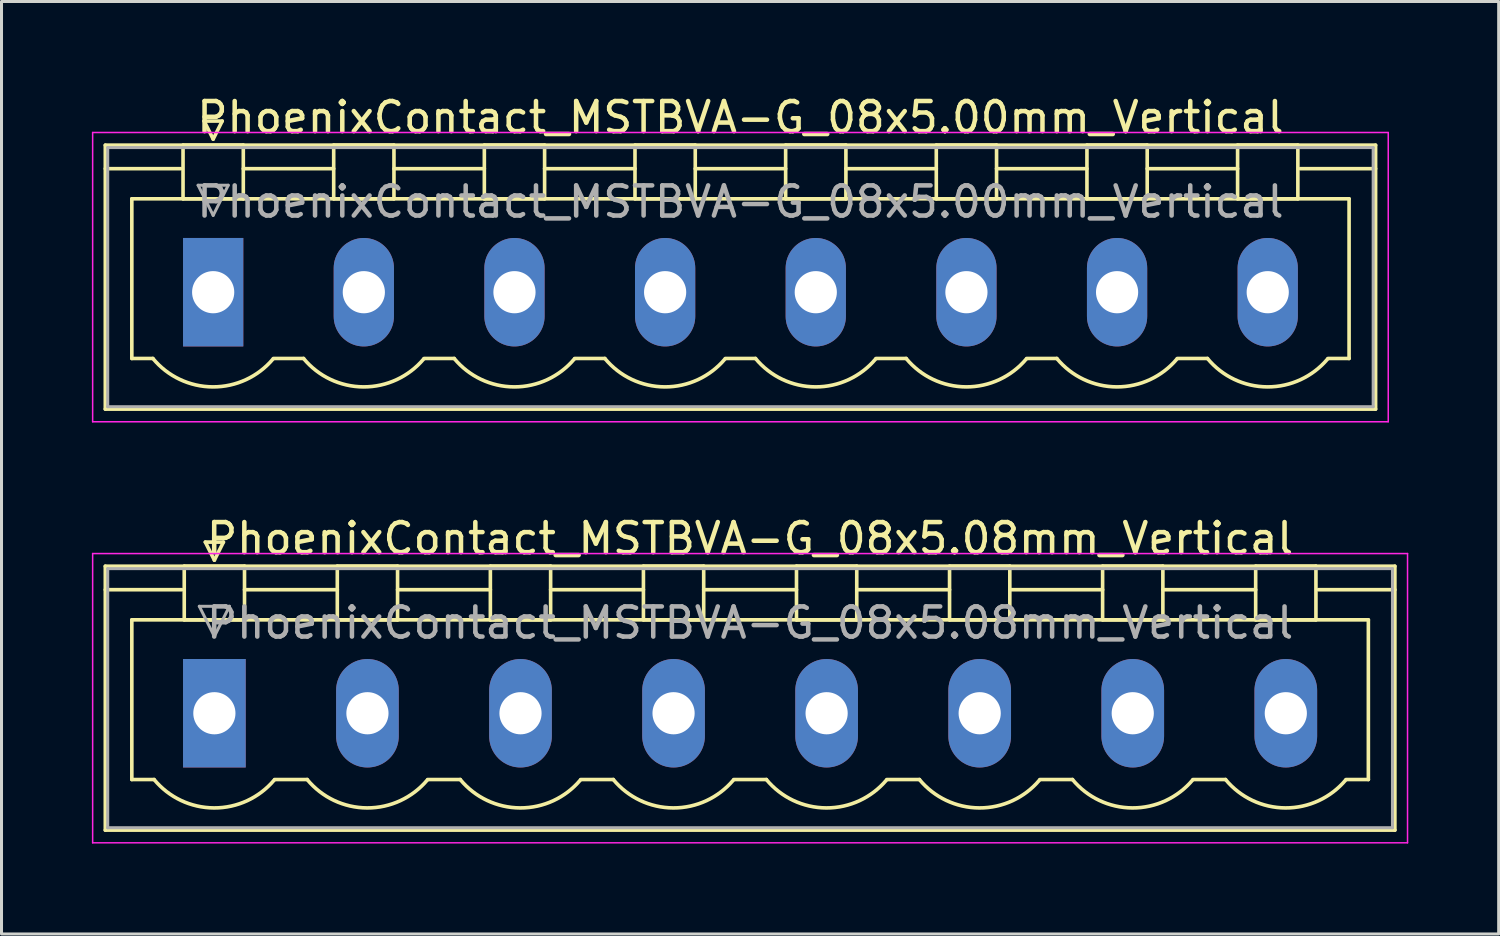
<source format=kicad_pcb>
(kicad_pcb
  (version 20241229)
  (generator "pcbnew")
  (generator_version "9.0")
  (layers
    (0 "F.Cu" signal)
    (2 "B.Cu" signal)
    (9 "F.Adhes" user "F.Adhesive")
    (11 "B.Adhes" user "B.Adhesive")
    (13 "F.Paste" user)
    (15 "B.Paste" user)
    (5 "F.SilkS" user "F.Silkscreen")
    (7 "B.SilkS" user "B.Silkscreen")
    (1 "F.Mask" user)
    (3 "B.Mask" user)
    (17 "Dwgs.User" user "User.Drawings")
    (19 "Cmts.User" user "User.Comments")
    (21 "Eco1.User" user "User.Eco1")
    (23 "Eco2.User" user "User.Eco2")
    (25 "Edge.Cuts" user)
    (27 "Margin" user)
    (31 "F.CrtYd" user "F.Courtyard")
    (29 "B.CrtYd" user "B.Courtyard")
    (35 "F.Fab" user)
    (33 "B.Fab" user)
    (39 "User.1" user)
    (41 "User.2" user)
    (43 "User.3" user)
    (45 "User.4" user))
  (footprint "PhoenixContact_MSTBVA-G_08x5.00mm_Vertical"
    (layer "F.Cu")
    (at 4.025 6.648)
    (property "Reference" "PhoenixContact_MSTBVA-G_08x5.00mm_Vertical" (at 17.5 -5.8 0) (layer "F.SilkS") (effects (font (size 1 1) (thickness 0.15))))
    (attr through_hole)
    (fp_line (start -3.58 -4.88) (end -3.58 3.88) (stroke (width 0.12) (type solid)) (layer "F.SilkS"))
    (fp_line (start -3.58 -4.1) (end -1.08 -4.1) (stroke (width 0.12) (type solid)) (layer "F.SilkS"))
    (fp_line (start -3.58 3.88) (end 38.58 3.88) (stroke (width 0.12) (type solid)) (layer "F.SilkS"))
    (fp_line (start -2.7 -3.1) (end 37.7 -3.1) (stroke (width 0.12) (type solid)) (layer "F.SilkS"))
    (fp_line (start -2.7 2.2) (end -2.7 -3.1) (stroke (width 0.12) (type solid)) (layer "F.SilkS"))
    (fp_line (start -2 2.2) (end -2.7 2.2) (stroke (width 0.12) (type solid)) (layer "F.SilkS"))
    (fp_line (start -1 -4.88) (end 1 -4.88) (stroke (width 0.12) (type solid)) (layer "F.SilkS"))
    (fp_line (start -1 -3.1) (end -1 -4.88) (stroke (width 0.12) (type solid)) (layer "F.SilkS"))
    (fp_line (start -0.3 -5.68) (end 0.3 -5.68) (stroke (width 0.12) (type solid)) (layer "F.SilkS"))
    (fp_line (start 0 -5.08) (end -0.3 -5.68) (stroke (width 0.12) (type solid)) (layer "F.SilkS"))
    (fp_line (start 0.3 -5.68) (end 0 -5.08) (stroke (width 0.12) (type solid)) (layer "F.SilkS"))
    (fp_line (start 1 -4.88) (end 1 -3.1) (stroke (width 0.12) (type solid)) (layer "F.SilkS"))
    (fp_line (start 1 -4.1) (end 4 -4.1) (stroke (width 0.12) (type solid)) (layer "F.SilkS"))
    (fp_line (start 1 -3.1) (end -1 -3.1) (stroke (width 0.12) (type solid)) (layer "F.SilkS"))
    (fp_line (start 2 2.2) (end 3 2.2) (stroke (width 0.12) (type solid)) (layer "F.SilkS"))
    (fp_line (start 4 -4.88) (end 6 -4.88) (stroke (width 0.12) (type solid)) (layer "F.SilkS"))
    (fp_line (start 4 -3.1) (end 4 -4.88) (stroke (width 0.12) (type solid)) (layer "F.SilkS"))
    (fp_line (start 6 -4.88) (end 6 -3.1) (stroke (width 0.12) (type solid)) (layer "F.SilkS"))
    (fp_line (start 6 -4.1) (end 9 -4.1) (stroke (width 0.12) (type solid)) (layer "F.SilkS"))
    (fp_line (start 6 -3.1) (end 4 -3.1) (stroke (width 0.12) (type solid)) (layer "F.SilkS"))
    (fp_line (start 7 2.2) (end 8 2.2) (stroke (width 0.12) (type solid)) (layer "F.SilkS"))
    (fp_line (start 9 -4.88) (end 11 -4.88) (stroke (width 0.12) (type solid)) (layer "F.SilkS"))
    (fp_line (start 9 -3.1) (end 9 -4.88) (stroke (width 0.12) (type solid)) (layer "F.SilkS"))
    (fp_line (start 11 -4.88) (end 11 -3.1) (stroke (width 0.12) (type solid)) (layer "F.SilkS"))
    (fp_line (start 11 -4.1) (end 14 -4.1) (stroke (width 0.12) (type solid)) (layer "F.SilkS"))
    (fp_line (start 11 -3.1) (end 9 -3.1) (stroke (width 0.12) (type solid)) (layer "F.SilkS"))
    (fp_line (start 12 2.2) (end 13 2.2) (stroke (width 0.12) (type solid)) (layer "F.SilkS"))
    (fp_line (start 14 -4.88) (end 16 -4.88) (stroke (width 0.12) (type solid)) (layer "F.SilkS"))
    (fp_line (start 14 -3.1) (end 14 -4.88) (stroke (width 0.12) (type solid)) (layer "F.SilkS"))
    (fp_line (start 16 -4.88) (end 16 -3.1) (stroke (width 0.12) (type solid)) (layer "F.SilkS"))
    (fp_line (start 16 -4.1) (end 19 -4.1) (stroke (width 0.12) (type solid)) (layer "F.SilkS"))
    (fp_line (start 16 -3.1) (end 14 -3.1) (stroke (width 0.12) (type solid)) (layer "F.SilkS"))
    (fp_line (start 17 2.2) (end 18 2.2) (stroke (width 0.12) (type solid)) (layer "F.SilkS"))
    (fp_line (start 19 -4.88) (end 21 -4.88) (stroke (width 0.12) (type solid)) (layer "F.SilkS"))
    (fp_line (start 19 -3.1) (end 19 -4.88) (stroke (width 0.12) (type solid)) (layer "F.SilkS"))
    (fp_line (start 21 -4.88) (end 21 -3.1) (stroke (width 0.12) (type solid)) (layer "F.SilkS"))
    (fp_line (start 21 -4.1) (end 24 -4.1) (stroke (width 0.12) (type solid)) (layer "F.SilkS"))
    (fp_line (start 21 -3.1) (end 19 -3.1) (stroke (width 0.12) (type solid)) (layer "F.SilkS"))
    (fp_line (start 22 2.2) (end 23 2.2) (stroke (width 0.12) (type solid)) (layer "F.SilkS"))
    (fp_line (start 24 -4.88) (end 26 -4.88) (stroke (width 0.12) (type solid)) (layer "F.SilkS"))
    (fp_line (start 24 -3.1) (end 24 -4.88) (stroke (width 0.12) (type solid)) (layer "F.SilkS"))
    (fp_line (start 26 -4.88) (end 26 -3.1) (stroke (width 0.12) (type solid)) (layer "F.SilkS"))
    (fp_line (start 26 -4.1) (end 29 -4.1) (stroke (width 0.12) (type solid)) (layer "F.SilkS"))
    (fp_line (start 26 -3.1) (end 24 -3.1) (stroke (width 0.12) (type solid)) (layer "F.SilkS"))
    (fp_line (start 27 2.2) (end 28 2.2) (stroke (width 0.12) (type solid)) (layer "F.SilkS"))
    (fp_line (start 29 -4.88) (end 31 -4.88) (stroke (width 0.12) (type solid)) (layer "F.SilkS"))
    (fp_line (start 29 -3.1) (end 29 -4.88) (stroke (width 0.12) (type solid)) (layer "F.SilkS"))
    (fp_line (start 31 -4.88) (end 31 -3.1) (stroke (width 0.12) (type solid)) (layer "F.SilkS"))
    (fp_line (start 31 -4.1) (end 34 -4.1) (stroke (width 0.12) (type solid)) (layer "F.SilkS"))
    (fp_line (start 31 -3.1) (end 29 -3.1) (stroke (width 0.12) (type solid)) (layer "F.SilkS"))
    (fp_line (start 32 2.2) (end 33 2.2) (stroke (width 0.12) (type solid)) (layer "F.SilkS"))
    (fp_line (start 34 -4.88) (end 36 -4.88) (stroke (width 0.12) (type solid)) (layer "F.SilkS"))
    (fp_line (start 34 -3.1) (end 34 -4.88) (stroke (width 0.12) (type solid)) (layer "F.SilkS"))
    (fp_line (start 36 -4.88) (end 36 -3.1) (stroke (width 0.12) (type solid)) (layer "F.SilkS"))
    (fp_line (start 36 -3.1) (end 34 -3.1) (stroke (width 0.12) (type solid)) (layer "F.SilkS"))
    (fp_line (start 37.7 -3.1) (end 37.7 2.2) (stroke (width 0.12) (type solid)) (layer "F.SilkS"))
    (fp_line (start 37.7 2.2) (end 37 2.2) (stroke (width 0.12) (type solid)) (layer "F.SilkS"))
    (fp_line (start 38.58 -4.88) (end -3.58 -4.88) (stroke (width 0.12) (type solid)) (layer "F.SilkS"))
    (fp_line (start 38.58 -4.1) (end 36.08 -4.1) (stroke (width 0.12) (type solid)) (layer "F.SilkS"))
    (fp_line (start 38.58 3.88) (end 38.58 -4.88) (stroke (width 0.12) (type solid)) (layer "F.SilkS"))
    (fp_arc (start 1.986842 2.215821) (mid -0.010289 3.142758) (end -2 2.2) (stroke (width 0.12) (type solid)) (layer "F.SilkS"))
    (fp_arc (start 6.986842 2.215821) (mid 4.989711 3.142758) (end 3 2.2) (stroke (width 0.12) (type solid)) (layer "F.SilkS"))
    (fp_arc (start 11.986842 2.215821) (mid 9.989711 3.142758) (end 8 2.2) (stroke (width 0.12) (type solid)) (layer "F.SilkS"))
    (fp_arc (start 16.986842 2.215821) (mid 14.989711 3.142758) (end 13 2.2) (stroke (width 0.12) (type solid)) (layer "F.SilkS"))
    (fp_arc (start 21.986842 2.215821) (mid 19.989711 3.142758) (end 18 2.2) (stroke (width 0.12) (type solid)) (layer "F.SilkS"))
    (fp_arc (start 26.986842 2.215821) (mid 24.989711 3.142758) (end 23 2.2) (stroke (width 0.12) (type solid)) (layer "F.SilkS"))
    (fp_arc (start 31.986842 2.215821) (mid 29.989711 3.142758) (end 28 2.2) (stroke (width 0.12) (type solid)) (layer "F.SilkS"))
    (fp_arc (start 36.986842 2.215821) (mid 34.989711 3.142758) (end 33 2.2) (stroke (width 0.12) (type solid)) (layer "F.SilkS"))
    (fp_line (start -4 -5.3) (end -4 4.3) (stroke (width 0.05) (type solid)) (layer "F.CrtYd"))
    (fp_line (start -4 4.3) (end 39 4.3) (stroke (width 0.05) (type solid)) (layer "F.CrtYd"))
    (fp_line (start 39 -5.3) (end -4 -5.3) (stroke (width 0.05) (type solid)) (layer "F.CrtYd"))
    (fp_line (start 39 4.3) (end 39 -5.3) (stroke (width 0.05) (type solid)) (layer "F.CrtYd"))
    (fp_line (start -3.5 -4.8) (end -3.5 3.8) (stroke (width 0.1) (type solid)) (layer "F.Fab"))
    (fp_line (start -3.5 3.8) (end 38.5 3.8) (stroke (width 0.1) (type solid)) (layer "F.Fab"))
    (fp_line (start -0.5 -3.55) (end 0.5 -3.55) (stroke (width 0.1) (type solid)) (layer "F.Fab"))
    (fp_line (start 0 -2.55) (end -0.5 -3.55) (stroke (width 0.1) (type solid)) (layer "F.Fab"))
    (fp_line (start 0.5 -3.55) (end 0 -2.55) (stroke (width 0.1) (type solid)) (layer "F.Fab"))
    (fp_line (start 38.5 -4.8) (end -3.5 -4.8) (stroke (width 0.1) (type solid)) (layer "F.Fab"))
    (fp_line (start 38.5 3.8) (end 38.5 -4.8) (stroke (width 0.1) (type solid)) (layer "F.Fab"))
    (fp_text user "${REFERENCE}" (at 17.5 -3 0) (layer "F.Fab") (effects (font (size 1 1) (thickness 0.15))))
    (pad "1" thru_hole rect (at 0 0) (size 2 3.6) (drill 1.4) (layers "*.Cu" "*.Mask"))
    (pad "2" thru_hole oval (at 5 0) (size 2 3.6) (drill 1.4) (layers "*.Cu" "*.Mask"))
    (pad "3" thru_hole oval (at 10 0) (size 2 3.6) (drill 1.4) (layers "*.Cu" "*.Mask"))
    (pad "4" thru_hole oval (at 15 0) (size 2 3.6) (drill 1.4) (layers "*.Cu" "*.Mask"))
    (pad "5" thru_hole oval (at 20 0) (size 2 3.6) (drill 1.4) (layers "*.Cu" "*.Mask"))
    (pad "6" thru_hole oval (at 25 0) (size 2 3.6) (drill 1.4) (layers "*.Cu" "*.Mask"))
    (pad "7" thru_hole oval (at 30 0) (size 2 3.6) (drill 1.4) (layers "*.Cu" "*.Mask"))
    (pad "8" thru_hole oval (at 35 0) (size 2 3.6) (drill 1.4) (layers "*.Cu" "*.Mask")))
  (footprint "PhoenixContact_MSTBVA-G_08x5.08mm_Vertical"
    (layer "F.Cu")
    (at 4.065 20.622)
    (property "Reference" "PhoenixContact_MSTBVA-G_08x5.08mm_Vertical" (at 17.78 -5.8 0) (layer "F.SilkS") (effects (font (size 1 1) (thickness 0.15))))
    (attr through_hole)
    (fp_line (start -3.62 -4.88) (end -3.62 3.88) (stroke (width 0.12) (type solid)) (layer "F.SilkS"))
    (fp_line (start -3.62 -4.1) (end -1.08 -4.1) (stroke (width 0.12) (type solid)) (layer "F.SilkS"))
    (fp_line (start -3.62 3.88) (end 39.18 3.88) (stroke (width 0.12) (type solid)) (layer "F.SilkS"))
    (fp_line (start -2.74 -3.1) (end 38.3 -3.1) (stroke (width 0.12) (type solid)) (layer "F.SilkS"))
    (fp_line (start -2.74 2.2) (end -2.74 -3.1) (stroke (width 0.12) (type solid)) (layer "F.SilkS"))
    (fp_line (start -2 2.2) (end -2.74 2.2) (stroke (width 0.12) (type solid)) (layer "F.SilkS"))
    (fp_line (start -1 -4.88) (end 1 -4.88) (stroke (width 0.12) (type solid)) (layer "F.SilkS"))
    (fp_line (start -1 -3.1) (end -1 -4.88) (stroke (width 0.12) (type solid)) (layer "F.SilkS"))
    (fp_line (start -0.3 -5.68) (end 0.3 -5.68) (stroke (width 0.12) (type solid)) (layer "F.SilkS"))
    (fp_line (start 0 -5.08) (end -0.3 -5.68) (stroke (width 0.12) (type solid)) (layer "F.SilkS"))
    (fp_line (start 0.3 -5.68) (end 0 -5.08) (stroke (width 0.12) (type solid)) (layer "F.SilkS"))
    (fp_line (start 1 -4.88) (end 1 -3.1) (stroke (width 0.12) (type solid)) (layer "F.SilkS"))
    (fp_line (start 1 -4.1) (end 4.08 -4.1) (stroke (width 0.12) (type solid)) (layer "F.SilkS"))
    (fp_line (start 1 -3.1) (end -1 -3.1) (stroke (width 0.12) (type solid)) (layer "F.SilkS"))
    (fp_line (start 2 2.2) (end 3.08 2.2) (stroke (width 0.12) (type solid)) (layer "F.SilkS"))
    (fp_line (start 4.08 -4.88) (end 6.08 -4.88) (stroke (width 0.12) (type solid)) (layer "F.SilkS"))
    (fp_line (start 4.08 -3.1) (end 4.08 -4.88) (stroke (width 0.12) (type solid)) (layer "F.SilkS"))
    (fp_line (start 6.08 -4.88) (end 6.08 -3.1) (stroke (width 0.12) (type solid)) (layer "F.SilkS"))
    (fp_line (start 6.08 -4.1) (end 9.16 -4.1) (stroke (width 0.12) (type solid)) (layer "F.SilkS"))
    (fp_line (start 6.08 -3.1) (end 4.08 -3.1) (stroke (width 0.12) (type solid)) (layer "F.SilkS"))
    (fp_line (start 7.08 2.2) (end 8.16 2.2) (stroke (width 0.12) (type solid)) (layer "F.SilkS"))
    (fp_line (start 9.16 -4.88) (end 11.16 -4.88) (stroke (width 0.12) (type solid)) (layer "F.SilkS"))
    (fp_line (start 9.16 -3.1) (end 9.16 -4.88) (stroke (width 0.12) (type solid)) (layer "F.SilkS"))
    (fp_line (start 11.16 -4.88) (end 11.16 -3.1) (stroke (width 0.12) (type solid)) (layer "F.SilkS"))
    (fp_line (start 11.16 -4.1) (end 14.24 -4.1) (stroke (width 0.12) (type solid)) (layer "F.SilkS"))
    (fp_line (start 11.16 -3.1) (end 9.16 -3.1) (stroke (width 0.12) (type solid)) (layer "F.SilkS"))
    (fp_line (start 12.16 2.2) (end 13.24 2.2) (stroke (width 0.12) (type solid)) (layer "F.SilkS"))
    (fp_line (start 14.24 -4.88) (end 16.24 -4.88) (stroke (width 0.12) (type solid)) (layer "F.SilkS"))
    (fp_line (start 14.24 -3.1) (end 14.24 -4.88) (stroke (width 0.12) (type solid)) (layer "F.SilkS"))
    (fp_line (start 16.24 -4.88) (end 16.24 -3.1) (stroke (width 0.12) (type solid)) (layer "F.SilkS"))
    (fp_line (start 16.24 -4.1) (end 19.32 -4.1) (stroke (width 0.12) (type solid)) (layer "F.SilkS"))
    (fp_line (start 16.24 -3.1) (end 14.24 -3.1) (stroke (width 0.12) (type solid)) (layer "F.SilkS"))
    (fp_line (start 17.24 2.2) (end 18.32 2.2) (stroke (width 0.12) (type solid)) (layer "F.SilkS"))
    (fp_line (start 19.32 -4.88) (end 21.32 -4.88) (stroke (width 0.12) (type solid)) (layer "F.SilkS"))
    (fp_line (start 19.32 -3.1) (end 19.32 -4.88) (stroke (width 0.12) (type solid)) (layer "F.SilkS"))
    (fp_line (start 21.32 -4.88) (end 21.32 -3.1) (stroke (width 0.12) (type solid)) (layer "F.SilkS"))
    (fp_line (start 21.32 -4.1) (end 24.4 -4.1) (stroke (width 0.12) (type solid)) (layer "F.SilkS"))
    (fp_line (start 21.32 -3.1) (end 19.32 -3.1) (stroke (width 0.12) (type solid)) (layer "F.SilkS"))
    (fp_line (start 22.32 2.2) (end 23.4 2.2) (stroke (width 0.12) (type solid)) (layer "F.SilkS"))
    (fp_line (start 24.4 -4.88) (end 26.4 -4.88) (stroke (width 0.12) (type solid)) (layer "F.SilkS"))
    (fp_line (start 24.4 -3.1) (end 24.4 -4.88) (stroke (width 0.12) (type solid)) (layer "F.SilkS"))
    (fp_line (start 26.4 -4.88) (end 26.4 -3.1) (stroke (width 0.12) (type solid)) (layer "F.SilkS"))
    (fp_line (start 26.4 -4.1) (end 29.48 -4.1) (stroke (width 0.12) (type solid)) (layer "F.SilkS"))
    (fp_line (start 26.4 -3.1) (end 24.4 -3.1) (stroke (width 0.12) (type solid)) (layer "F.SilkS"))
    (fp_line (start 27.4 2.2) (end 28.48 2.2) (stroke (width 0.12) (type solid)) (layer "F.SilkS"))
    (fp_line (start 29.48 -4.88) (end 31.48 -4.88) (stroke (width 0.12) (type solid)) (layer "F.SilkS"))
    (fp_line (start 29.48 -3.1) (end 29.48 -4.88) (stroke (width 0.12) (type solid)) (layer "F.SilkS"))
    (fp_line (start 31.48 -4.88) (end 31.48 -3.1) (stroke (width 0.12) (type solid)) (layer "F.SilkS"))
    (fp_line (start 31.48 -4.1) (end 34.56 -4.1) (stroke (width 0.12) (type solid)) (layer "F.SilkS"))
    (fp_line (start 31.48 -3.1) (end 29.48 -3.1) (stroke (width 0.12) (type solid)) (layer "F.SilkS"))
    (fp_line (start 32.48 2.2) (end 33.56 2.2) (stroke (width 0.12) (type solid)) (layer "F.SilkS"))
    (fp_line (start 34.56 -4.88) (end 36.56 -4.88) (stroke (width 0.12) (type solid)) (layer "F.SilkS"))
    (fp_line (start 34.56 -3.1) (end 34.56 -4.88) (stroke (width 0.12) (type solid)) (layer "F.SilkS"))
    (fp_line (start 36.56 -4.88) (end 36.56 -3.1) (stroke (width 0.12) (type solid)) (layer "F.SilkS"))
    (fp_line (start 36.56 -3.1) (end 34.56 -3.1) (stroke (width 0.12) (type solid)) (layer "F.SilkS"))
    (fp_line (start 38.3 -3.1) (end 38.3 2.2) (stroke (width 0.12) (type solid)) (layer "F.SilkS"))
    (fp_line (start 38.3 2.2) (end 37.56 2.2) (stroke (width 0.12) (type solid)) (layer "F.SilkS"))
    (fp_line (start 39.18 -4.88) (end -3.62 -4.88) (stroke (width 0.12) (type solid)) (layer "F.SilkS"))
    (fp_line (start 39.18 -4.1) (end 36.64 -4.1) (stroke (width 0.12) (type solid)) (layer "F.SilkS"))
    (fp_line (start 39.18 3.88) (end 39.18 -4.88) (stroke (width 0.12) (type solid)) (layer "F.SilkS"))
    (fp_arc (start 1.986842 2.215821) (mid -0.010289 3.142758) (end -2 2.2) (stroke (width 0.12) (type solid)) (layer "F.SilkS"))
    (fp_arc (start 7.066842 2.215821) (mid 5.069711 3.142758) (end 3.08 2.2) (stroke (width 0.12) (type solid)) (layer "F.SilkS"))
    (fp_arc (start 12.146842 2.215821) (mid 10.149711 3.142758) (end 8.16 2.2) (stroke (width 0.12) (type solid)) (layer "F.SilkS"))
    (fp_arc (start 17.226842 2.215821) (mid 15.229711 3.142758) (end 13.24 2.2) (stroke (width 0.12) (type solid)) (layer "F.SilkS"))
    (fp_arc (start 22.306842 2.215821) (mid 20.309711 3.142758) (end 18.32 2.2) (stroke (width 0.12) (type solid)) (layer "F.SilkS"))
    (fp_arc (start 27.386842 2.215821) (mid 25.389711 3.142758) (end 23.4 2.2) (stroke (width 0.12) (type solid)) (layer "F.SilkS"))
    (fp_arc (start 32.466842 2.215821) (mid 30.469711 3.142758) (end 28.48 2.2) (stroke (width 0.12) (type solid)) (layer "F.SilkS"))
    (fp_arc (start 37.546842 2.215821) (mid 35.549711 3.142758) (end 33.56 2.2) (stroke (width 0.12) (type solid)) (layer "F.SilkS"))
    (fp_line (start -4.04 -5.3) (end -4.04 4.3) (stroke (width 0.05) (type solid)) (layer "F.CrtYd"))
    (fp_line (start -4.04 4.3) (end 39.6 4.3) (stroke (width 0.05) (type solid)) (layer "F.CrtYd"))
    (fp_line (start 39.6 -5.3) (end -4.04 -5.3) (stroke (width 0.05) (type solid)) (layer "F.CrtYd"))
    (fp_line (start 39.6 4.3) (end 39.6 -5.3) (stroke (width 0.05) (type solid)) (layer "F.CrtYd"))
    (fp_line (start -3.54 -4.8) (end -3.54 3.8) (stroke (width 0.1) (type solid)) (layer "F.Fab"))
    (fp_line (start -3.54 3.8) (end 39.1 3.8) (stroke (width 0.1) (type solid)) (layer "F.Fab"))
    (fp_line (start -0.5 -3.55) (end 0.5 -3.55) (stroke (width 0.1) (type solid)) (layer "F.Fab"))
    (fp_line (start 0 -2.55) (end -0.5 -3.55) (stroke (width 0.1) (type solid)) (layer "F.Fab"))
    (fp_line (start 0.5 -3.55) (end 0 -2.55) (stroke (width 0.1) (type solid)) (layer "F.Fab"))
    (fp_line (start 39.1 -4.8) (end -3.54 -4.8) (stroke (width 0.1) (type solid)) (layer "F.Fab"))
    (fp_line (start 39.1 3.8) (end 39.1 -4.8) (stroke (width 0.1) (type solid)) (layer "F.Fab"))
    (fp_text user "${REFERENCE}" (at 17.78 -3 0) (layer "F.Fab") (effects (font (size 1 1) (thickness 0.15))))
    (pad "1" thru_hole rect (at 0 0) (size 2.08 3.6) (drill 1.4) (layers "*.Cu" "*.Mask"))
    (pad "2" thru_hole oval (at 5.08 0) (size 2.08 3.6) (drill 1.4) (layers "*.Cu" "*.Mask"))
    (pad "3" thru_hole oval (at 10.16 0) (size 2.08 3.6) (drill 1.4) (layers "*.Cu" "*.Mask"))
    (pad "4" thru_hole oval (at 15.24 0) (size 2.08 3.6) (drill 1.4) (layers "*.Cu" "*.Mask"))
    (pad "5" thru_hole oval (at 20.32 0) (size 2.08 3.6) (drill 1.4) (layers "*.Cu" "*.Mask"))
    (pad "6" thru_hole oval (at 25.4 0) (size 2.08 3.6) (drill 1.4) (layers "*.Cu" "*.Mask"))
    (pad "7" thru_hole oval (at 30.48 0) (size 2.08 3.6) (drill 1.4) (layers "*.Cu" "*.Mask"))
    (pad "8" thru_hole oval (at 35.56 0) (size 2.08 3.6) (drill 1.4) (layers "*.Cu" "*.Mask")))
  (gr_rect
    (start -3 -3)
    (end 46.69 27.947)
    (stroke (width 0.1) (type default))
    (fill no)
    (layer "Edge.Cuts")))
</source>
